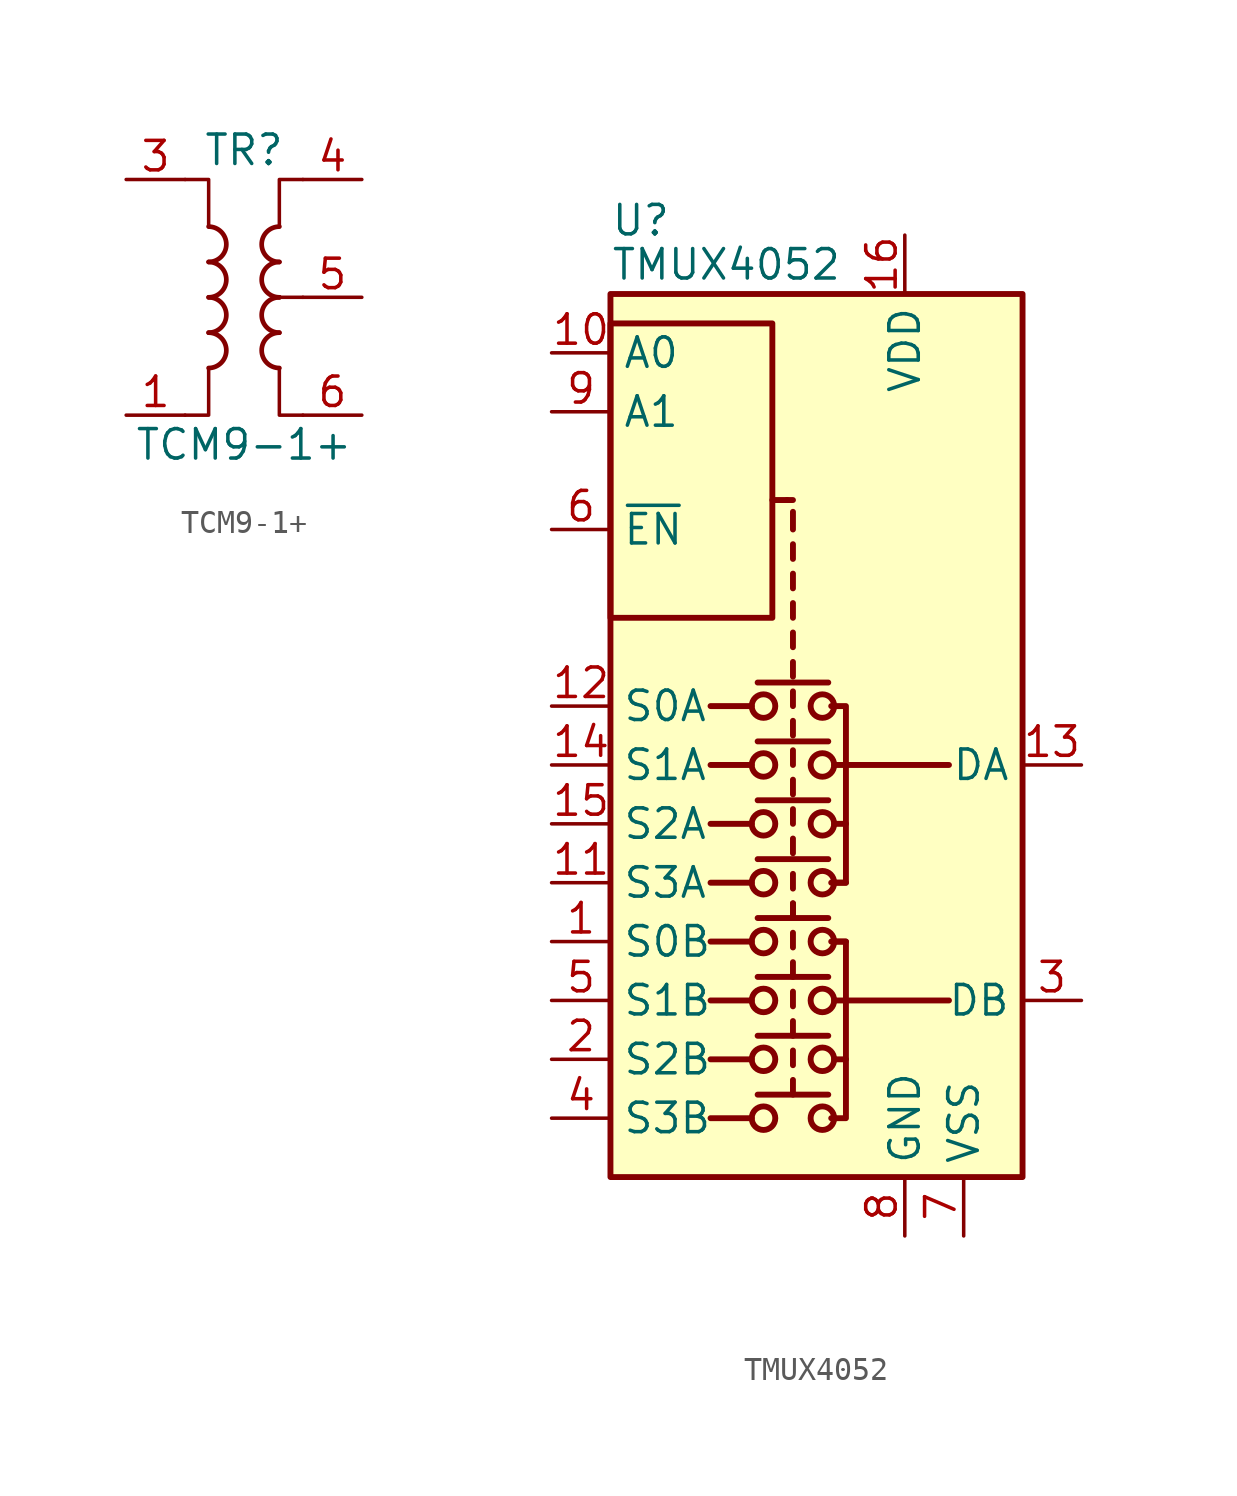
<source format=kicad_sym>
(kicad_symbol_lib
  (version 20231120)
  (generator "kicad_symbol_editor")
  (generator_version "8.0")
  (symbol "TCM9-1+"
    (pin_names hide)
    (property "Reference" "TR"
      (at 0 6.35 0)
      (effects (font (size 1.27 1.27))))
    (property "Value" "TCM9-1+"
      (at 0 -6.35 0)
      (effects (font (size 1.27 1.27))))
    (symbol "TCM9-1+_0_1"
      (arc (start -1.524 -3.048) (mid -0.7653 -2.286) (end -1.524 -1.524) (stroke (width 0.2032) (type default)) (fill (type none)))
      (arc (start -1.524 -1.524) (mid -0.7653 -0.762) (end -1.524 0) (stroke (width 0.2032) (type default)) (fill (type none)))
      (arc (start -1.524 0) (mid -0.7653 0.762) (end -1.524 1.524) (stroke (width 0.2032) (type default)) (fill (type none)))
      (arc (start -1.524 1.524) (mid -0.7653 2.286) (end -1.524 3.048) (stroke (width 0.2032) (type default)) (fill (type none)))
      (polyline (pts (xy 2.54 0) (xy 1.27 0)) (stroke (width 0.152) (type default)) (fill (type none)))
      (polyline (pts (xy -2.54 5.08) (xy -1.524 5.08) (xy -1.524 3.048) (xy -1.524 3.048)) (stroke (width 0.152) (type default)) (fill (type none)))
      (polyline (pts (xy -1.524 -3.048) (xy -1.524 -5.08) (xy -2.54 -5.08) (xy -2.54 -5.08)) (stroke (width 0.152) (type default)) (fill (type none)))
      (polyline (pts (xy 1.524 3.048) (xy 1.524 5.08) (xy 2.54 5.08) (xy 2.54 5.08)) (stroke (width 0.152) (type default)) (fill (type none)))
      (polyline (pts (xy 2.54 -5.08) (xy 1.524 -5.08) (xy 1.524 -3.048) (xy 1.524 -3.048)) (stroke (width 0.152) (type default)) (fill (type none)))
      (arc (start 1.524 -1.524) (mid 0.7653 -2.286) (end 1.524 -3.048) (stroke (width 0.2032) (type default)) (fill (type none)))
      (arc (start 1.524 0) (mid 0.7653 -0.762) (end 1.524 -1.524) (stroke (width 0.2032) (type default)) (fill (type none)))
      (arc (start 1.524 1.524) (mid 0.7653 0.762) (end 1.524 0) (stroke (width 0.2032) (type default)) (fill (type none)))
      (arc (start 1.524 3.048) (mid 0.7653 2.286) (end 1.524 1.524) (stroke (width 0.2032) (type default)) (fill (type none))))
    (symbol "TCM9-1+_1_1"
      (pin passive line (at -5.08 -5.08 0) (length 2.54) (name "~" (effects (font (size 1.27 1.27)))) (number "1" (effects (font (size 1.27 1.27)))))
      (pin passive line (at -5.08 5.08 0) (length 2.54) (name "~" (effects (font (size 1.27 1.27)))) (number "3" (effects (font (size 1.27 1.27)))))
      (pin passive line (at 5.08 5.08 180) (length 2.54) (name "~" (effects (font (size 1.27 1.27)))) (number "4" (effects (font (size 1.27 1.27)))))
      (pin passive line (at 5.08 0 180) (length 2.54) (name "~" (effects (font (size 1.27 1.27)))) (number "5" (effects (font (size 1.27 1.27)))))
      (pin passive line (at 5.08 -5.08 180) (length 2.54) (name "~" (effects (font (size 1.27 1.27)))) (number "6" (effects (font (size 1.27 1.27)))))))
  (symbol "TMUX4052"
    (property "Reference" "U"
      (at -7.62 23.495 0)
      (effects (font (size 1.27 1.27)) (justify left)))
    (property "Value" "TMUX4052"
      (at -7.62 21.59 0)
      (effects (font (size 1.27 1.27)) (justify left)))
    (symbol "TMUX4052_0_1"
      (rectangle (start -7.62 6.35) (end -0.635 19.05) (stroke (width 0.254) (type default)) (fill (type none)))
      (rectangle (start -7.62 20.32) (end 10.16 -17.78) (stroke (width 0.254) (type default)) (fill (type background)))
      (circle (center -1.016 -15.24) (radius 0.508) (stroke (width 0.254) (type default)) (fill (type none)))
      (circle (center -1.016 -12.7) (radius 0.508) (stroke (width 0.254) (type default)) (fill (type none)))
      (circle (center -1.016 -10.16) (radius 0.508) (stroke (width 0.254) (type default)) (fill (type none)))
      (circle (center -1.016 -7.62) (radius 0.508) (stroke (width 0.254) (type default)) (fill (type none)))
      (circle (center -1.016 -5.08) (radius 0.508) (stroke (width 0.254) (type default)) (fill (type none)))
      (circle (center -1.016 -2.54) (radius 0.508) (stroke (width 0.254) (type default)) (fill (type none)))
      (circle (center -1.016 0) (radius 0.508) (stroke (width 0.254) (type default)) (fill (type none)))
      (circle (center -1.016 2.54) (radius 0.508) (stroke (width 0.254) (type default)) (fill (type none)))
      (polyline (pts (xy -1.524 -15.24) (xy -3.302 -15.24)) (stroke (width 0.254) (type default)) (fill (type none)))
      (polyline (pts (xy -1.524 -12.7) (xy -3.302 -12.7)) (stroke (width 0.254) (type default)) (fill (type none)))
      (polyline (pts (xy -1.524 -10.16) (xy -3.302 -10.16)) (stroke (width 0.254) (type default)) (fill (type none)))
      (polyline (pts (xy -1.524 -7.62) (xy -3.302 -7.62)) (stroke (width 0.254) (type default)) (fill (type none)))
      (polyline (pts (xy -1.524 -5.08) (xy -3.302 -5.08)) (stroke (width 0.254) (type default)) (fill (type none)))
      (polyline (pts (xy -1.524 -2.54) (xy -3.302 -2.54)) (stroke (width 0.254) (type default)) (fill (type none)))
      (polyline (pts (xy -1.524 0) (xy -3.302 0)) (stroke (width 0.254) (type default)) (fill (type none)))
      (polyline (pts (xy -1.524 2.54) (xy -3.302 2.54)) (stroke (width 0.254) (type default)) (fill (type none)))
      (polyline (pts (xy -1.27 -14.224) (xy 1.778 -14.224)) (stroke (width 0.254) (type default)) (fill (type none)))
      (polyline (pts (xy -1.27 -11.684) (xy 1.778 -11.684)) (stroke (width 0.254) (type default)) (fill (type none)))
      (polyline (pts (xy -1.27 -9.144) (xy 1.778 -9.144)) (stroke (width 0.254) (type default)) (fill (type none)))
      (polyline (pts (xy -1.27 -6.604) (xy 1.778 -6.604)) (stroke (width 0.254) (type default)) (fill (type none)))
      (polyline (pts (xy -1.27 -4.064) (xy 1.778 -4.064)) (stroke (width 0.254) (type default)) (fill (type none)))
      (polyline (pts (xy -1.27 -1.524) (xy 1.778 -1.524)) (stroke (width 0.254) (type default)) (fill (type none)))
      (polyline (pts (xy -1.27 1.016) (xy 1.778 1.016)) (stroke (width 0.254) (type default)) (fill (type none)))
      (polyline (pts (xy -1.27 3.556) (xy 1.778 3.556)) (stroke (width 0.254) (type default)) (fill (type none)))
      (polyline (pts (xy -0.635 11.43) (xy 0 11.43)) (stroke (width 0.254) (type default)) (fill (type none)))
      (polyline (pts (xy 0.254 -14.224) (xy 0.254 -13.589)) (stroke (width 0.254) (type default)) (fill (type none)))
      (polyline (pts (xy 0.254 -12.954) (xy 0.254 -12.319)) (stroke (width 0.254) (type default)) (fill (type none)))
      (polyline (pts (xy 0.254 -11.684) (xy 0.254 -11.049)) (stroke (width 0.254) (type default)) (fill (type none)))
      (polyline (pts (xy 0.254 -10.414) (xy 0.254 -9.779)) (stroke (width 0.254) (type default)) (fill (type none)))
      (polyline (pts (xy 0.254 -9.144) (xy 0.254 -8.509)) (stroke (width 0.254) (type default)) (fill (type none)))
      (polyline (pts (xy 0.254 -7.874) (xy 0.254 -7.239)) (stroke (width 0.254) (type default)) (fill (type none)))
      (polyline (pts (xy 0.254 -6.604) (xy 0.254 -5.969)) (stroke (width 0.254) (type default)) (fill (type none)))
      (polyline (pts (xy 0.254 -6.604) (xy 0.254 -5.969)) (stroke (width 0.254) (type default)) (fill (type none)))
      (polyline (pts (xy 0.254 -5.334) (xy 0.254 -4.699)) (stroke (width 0.254) (type default)) (fill (type none)))
      (polyline (pts (xy 0.254 -3.81) (xy 0.254 -3.175)) (stroke (width 0.254) (type default)) (fill (type none)))
      (polyline (pts (xy 0.254 -2.54) (xy 0.254 -1.905)) (stroke (width 0.254) (type default)) (fill (type none)))
      (polyline (pts (xy 0.254 -1.27) (xy 0.254 -0.635)) (stroke (width 0.254) (type default)) (fill (type none)))
      (polyline (pts (xy 0.254 0) (xy 0.254 0.635)) (stroke (width 0.254) (type default)) (fill (type none)))
      (polyline (pts (xy 0.254 1.27) (xy 0.254 1.905)) (stroke (width 0.254) (type default)) (fill (type none)))
      (polyline (pts (xy 0.254 2.54) (xy 0.254 3.175)) (stroke (width 0.254) (type default)) (fill (type none)))
      (polyline (pts (xy 0.254 3.81) (xy 0.254 4.445)) (stroke (width 0.254) (type default)) (fill (type none)))
      (polyline (pts (xy 0.254 5.08) (xy 0.254 5.715)) (stroke (width 0.254) (type default)) (fill (type none)))
      (polyline (pts (xy 0.254 6.35) (xy 0.254 6.985)) (stroke (width 0.254) (type default)) (fill (type none)))
      (polyline (pts (xy 0.254 7.62) (xy 0.254 8.255)) (stroke (width 0.254) (type default)) (fill (type none)))
      (polyline (pts (xy 0.254 8.89) (xy 0.254 9.525)) (stroke (width 0.254) (type default)) (fill (type none)))
      (polyline (pts (xy 0.254 10.16) (xy 0.254 10.922)) (stroke (width 0.254) (type default)) (fill (type none)))
      (polyline (pts (xy 0.254 11.43) (xy 0 11.43)) (stroke (width 0.254) (type default)) (fill (type none)))
      (polyline (pts (xy 2.032 -12.7) (xy 2.54 -12.7)) (stroke (width 0.254) (type default)) (fill (type none)))
      (polyline (pts (xy 2.032 -10.16) (xy 2.54 -10.16)) (stroke (width 0.254) (type default)) (fill (type none)))
      (polyline (pts (xy 2.032 -7.62) (xy 2.54 -7.62)) (stroke (width 0.254) (type default)) (fill (type none)))
      (polyline (pts (xy 2.032 -5.08) (xy 2.54 -5.08)) (stroke (width 0.254) (type default)) (fill (type none)))
      (polyline (pts (xy 2.032 -2.54) (xy 2.54 -2.54)) (stroke (width 0.254) (type default)) (fill (type none)))
      (polyline (pts (xy 2.032 0) (xy 2.54 0)) (stroke (width 0.254) (type default)) (fill (type none)))
      (polyline (pts (xy 2.54 -10.16) (xy 6.985 -10.16)) (stroke (width 0.254) (type default)) (fill (type none)))
      (polyline (pts (xy 2.54 0) (xy 6.985 0)) (stroke (width 0.254) (type default)) (fill (type none)))
      (polyline (pts (xy 1.905 -7.62) (xy 2.54 -7.62) (xy 2.54 -15.24) (xy 1.905 -15.24)) (stroke (width 0.254) (type default)) (fill (type none)))
      (polyline (pts (xy 1.905 2.54) (xy 2.54 2.54) (xy 2.54 -5.08) (xy 1.905 -5.08)) (stroke (width 0.254) (type default)) (fill (type none)))
      (circle (center 1.524 -15.24) (radius 0.508) (stroke (width 0.254) (type default)) (fill (type none)))
      (circle (center 1.524 -12.7) (radius 0.508) (stroke (width 0.254) (type default)) (fill (type none)))
      (circle (center 1.524 -10.16) (radius 0.508) (stroke (width 0.254) (type default)) (fill (type none)))
      (circle (center 1.524 -7.62) (radius 0.508) (stroke (width 0.254) (type default)) (fill (type none)))
      (circle (center 1.524 -5.08) (radius 0.508) (stroke (width 0.254) (type default)) (fill (type none)))
      (circle (center 1.524 -2.54) (radius 0.508) (stroke (width 0.254) (type default)) (fill (type none)))
      (circle (center 1.524 0) (radius 0.508) (stroke (width 0.254) (type default)) (fill (type none)))
      (circle (center 1.524 2.54) (radius 0.508) (stroke (width 0.254) (type default)) (fill (type none))))
    (symbol "TMUX4052_1_0"
      (pin power_in line (at 5.08 -20.32 90) (length 2.54) (name "GND" (effects (font (size 1.27 1.27)))) (number "8" (effects (font (size 1.27 1.27))))))
    (symbol "TMUX4052_1_1"
      (pin bidirectional line (at -10.16 -7.62 0) (length 2.54) (name "S0B" (effects (font (size 1.27 1.27)))) (number "1" (effects (font (size 1.27 1.27)))))
      (pin input line (at -10.16 17.78 0) (length 2.54) (name "A0" (effects (font (size 1.27 1.27)))) (number "10" (effects (font (size 1.27 1.27)))))
      (pin bidirectional line (at -10.16 -5.08 0) (length 2.54) (name "S3A" (effects (font (size 1.27 1.27)))) (number "11" (effects (font (size 1.27 1.27)))))
      (pin bidirectional line (at -10.16 2.54 0) (length 2.54) (name "S0A" (effects (font (size 1.27 1.27)))) (number "12" (effects (font (size 1.27 1.27)))))
      (pin bidirectional line (at 12.7 0 180) (length 2.54) (name "DA" (effects (font (size 1.27 1.27)))) (number "13" (effects (font (size 1.27 1.27)))))
      (pin bidirectional line (at -10.16 0 0) (length 2.54) (name "S1A" (effects (font (size 1.27 1.27)))) (number "14" (effects (font (size 1.27 1.27)))))
      (pin bidirectional line (at -10.16 -2.54 0) (length 2.54) (name "S2A" (effects (font (size 1.27 1.27)))) (number "15" (effects (font (size 1.27 1.27)))))
      (pin power_in line (at 5.08 22.86 270) (length 2.54) (name "VDD" (effects (font (size 1.27 1.27)))) (number "16" (effects (font (size 1.27 1.27)))))
      (pin bidirectional line (at -10.16 -12.7 0) (length 2.54) (name "S2B" (effects (font (size 1.27 1.27)))) (number "2" (effects (font (size 1.27 1.27)))))
      (pin bidirectional line (at 12.7 -10.16 180) (length 2.54) (name "DB" (effects (font (size 1.27 1.27)))) (number "3" (effects (font (size 1.27 1.27)))))
      (pin bidirectional line (at -10.16 -15.24 0) (length 2.54) (name "S3B" (effects (font (size 1.27 1.27)))) (number "4" (effects (font (size 1.27 1.27)))))
      (pin bidirectional line (at -10.16 -10.16 0) (length 2.54) (name "S1B" (effects (font (size 1.27 1.27)))) (number "5" (effects (font (size 1.27 1.27)))))
      (pin input line (at -10.16 10.16 0) (length 2.54) (name "~{EN}" (effects (font (size 1.27 1.27)))) (number "6" (effects (font (size 1.27 1.27)))))
      (pin power_in line (at 7.62 -20.32 90) (length 2.54) (name "VSS" (effects (font (size 1.27 1.27)))) (number "7" (effects (font (size 1.27 1.27)))))
      (pin input line (at -10.16 15.24 0) (length 2.54) (name "A1" (effects (font (size 1.27 1.27)))) (number "9" (effects (font (size 1.27 1.27))))))))
</source>
